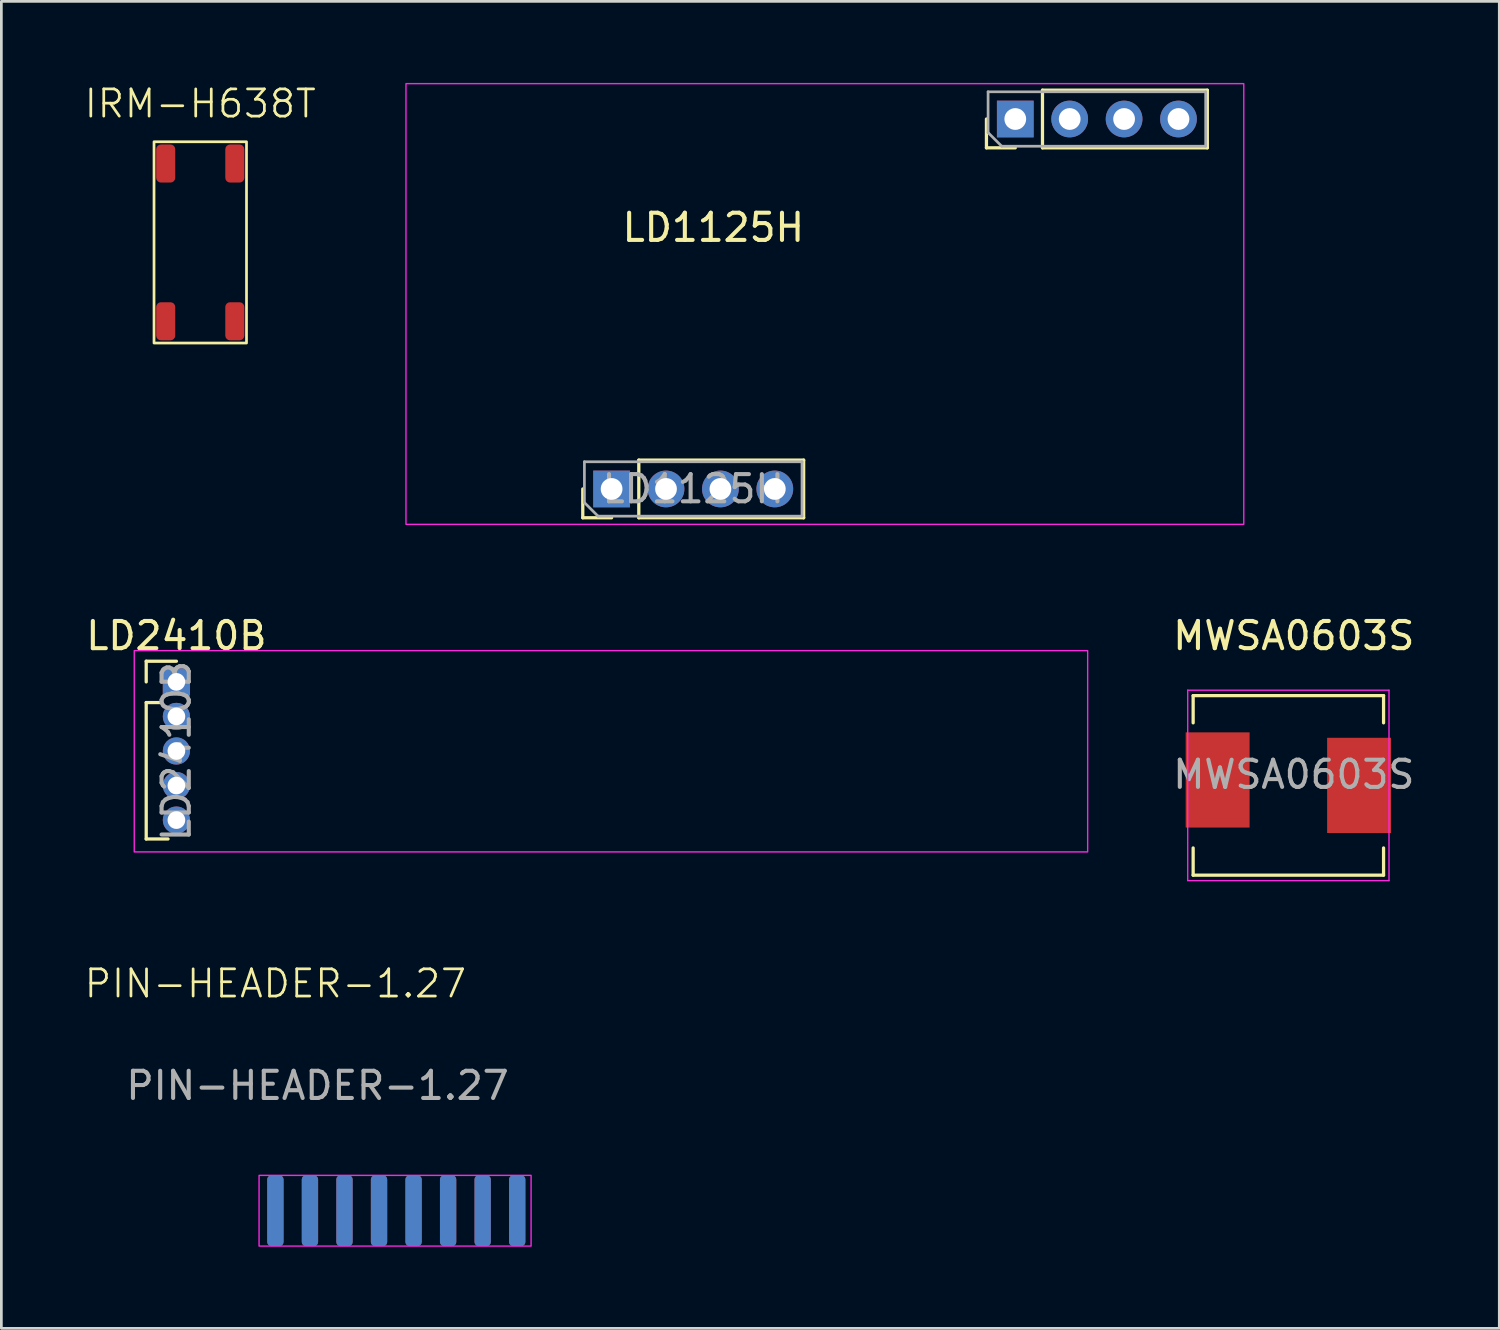
<source format=kicad_pcb>
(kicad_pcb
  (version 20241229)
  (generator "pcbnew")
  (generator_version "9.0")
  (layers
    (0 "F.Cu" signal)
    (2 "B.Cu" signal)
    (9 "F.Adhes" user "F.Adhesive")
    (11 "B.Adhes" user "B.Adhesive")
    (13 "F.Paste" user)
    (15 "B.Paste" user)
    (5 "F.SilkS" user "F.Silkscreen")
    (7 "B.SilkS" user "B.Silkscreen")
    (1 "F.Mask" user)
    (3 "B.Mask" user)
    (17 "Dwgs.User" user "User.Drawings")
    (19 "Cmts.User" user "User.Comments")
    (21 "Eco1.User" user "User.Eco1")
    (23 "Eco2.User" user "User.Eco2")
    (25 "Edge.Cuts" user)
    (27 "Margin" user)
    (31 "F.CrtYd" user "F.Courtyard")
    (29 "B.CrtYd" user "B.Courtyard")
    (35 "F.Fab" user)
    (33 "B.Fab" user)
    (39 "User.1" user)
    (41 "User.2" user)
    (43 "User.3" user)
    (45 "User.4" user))
  (footprint "PIN-HEADER-1.27"
    (layer "F.Cu")
    (at 7.074 41.459)
    (property "Reference" "PIN-HEADER-1.27" (at 0 -8.35 0) (unlocked yes) (layer "F.SilkS") (effects (font (size 1 1) (thickness 0.1))))
    (attr smd)
    (fp_rect (start -0.6 -1.3) (end 9.4 1.3) (stroke (width 0.05) (type default)) (fill no) (layer "F.CrtYd"))
    (fp_text user "${REFERENCE}" (at 1.55 -4.6 0) (unlocked yes) (layer "F.Fab") (effects (font (size 1 1) (thickness 0.15))))
    (pad "1" smd roundrect (at 0 0) (size 0.6 2.6) (layers "F.Cu" "F.Mask" "F.Paste") (roundrect_rratio 0.25))
    (pad "2" smd roundrect (at 1.27 0) (size 0.6 2.6) (layers "F.Cu" "F.Mask" "F.Paste") (roundrect_rratio 0.25))
    (pad "3" smd roundrect (at 2.54 0) (size 0.6 2.6) (layers "F.Cu" "F.Mask" "F.Paste") (roundrect_rratio 0.25))
    (pad "4" smd roundrect (at 3.81 0) (size 0.6 2.6) (layers "F.Cu" "F.Mask" "F.Paste") (roundrect_rratio 0.25))
    (pad "5" smd roundrect (at 5.08 0) (size 0.6 2.6) (layers "F.Cu" "F.Mask" "F.Paste") (roundrect_rratio 0.25))
    (pad "6" smd roundrect (at 6.35 0) (size 0.6 2.6) (layers "F.Cu" "F.Mask" "F.Paste") (roundrect_rratio 0.25))
    (pad "7" smd roundrect (at 7.62 0) (size 0.6 2.6) (layers "F.Cu" "F.Mask" "F.Paste") (roundrect_rratio 0.25))
    (pad "8" smd roundrect (at 8.89 0) (size 0.6 2.6) (layers "F.Cu" "F.Mask" "F.Paste") (roundrect_rratio 0.25))
    (pad "9" smd roundrect (at 8.89 0) (size 0.6 2.6) (layers "B.Cu" "B.Mask" "B.Paste") (roundrect_rratio 0.25))
    (pad "10" smd roundrect (at 7.62 0) (size 0.6 2.6) (layers "B.Cu" "B.Mask" "B.Paste") (roundrect_rratio 0.25))
    (pad "11" smd roundrect (at 6.35 0) (size 0.6 2.6) (layers "B.Cu" "B.Mask" "B.Paste") (roundrect_rratio 0.25))
    (pad "12" smd roundrect (at 5.08 0) (size 0.6 2.6) (layers "B.Cu" "B.Mask" "B.Paste") (roundrect_rratio 0.25))
    (pad "13" smd roundrect (at 3.81 0) (size 0.6 2.6) (layers "B.Cu" "B.Mask" "B.Paste") (roundrect_rratio 0.25))
    (pad "14" smd roundrect (at 2.54 0) (size 0.6 2.6) (layers "B.Cu" "B.Mask" "B.Paste") (roundrect_rratio 0.25))
    (pad "15" smd roundrect (at 1.27 0) (size 0.6 2.6) (layers "B.Cu" "B.Mask" "B.Paste") (roundrect_rratio 0.25))
    (pad "16" smd roundrect (at 0 0) (size 0.6 2.6) (layers "B.Cu" "B.Mask" "B.Paste") (roundrect_rratio 0.25)))
  (footprint "LD2410B"
    (layer "F.Cu")
    (at 3.435 22.018)
    (property "Reference" "LD2410B" (at 0 -1.695 0) (layer "F.SilkS") (effects (font (size 1 1) (thickness 0.15))))
    (attr through_hole)
    (fp_line (start -1.11 -0.76) (end 0 -0.76) (stroke (width 0.12) (type solid)) (layer "F.SilkS"))
    (fp_line (start -1.11 0) (end -1.11 -0.76) (stroke (width 0.12) (type solid)) (layer "F.SilkS"))
    (fp_line (start -1.11 0.76) (end -1.11 5.775) (stroke (width 0.12) (type solid)) (layer "F.SilkS"))
    (fp_line (start -1.11 0.76) (end -0.563 0.76) (stroke (width 0.12) (type solid)) (layer "F.SilkS"))
    (fp_line (start -1.11 5.775) (end -0.308 5.775) (stroke (width 0.12) (type solid)) (layer "F.SilkS"))
    (fp_rect (start -1.55 -1.15) (end 33.5 6.25) (stroke (width 0.05) (type solid)) (fill no) (layer "F.CrtYd"))
    (fp_text user "${REFERENCE}" (at 0 2.54 90) (layer "F.Fab") (effects (font (size 1 1) (thickness 0.15))))
    (pad "1" thru_hole rect (at 0 0) (size 1 1) (drill 0.65) (layers "*.Cu" "*.Mask"))
    (pad "2" thru_hole oval (at 0 1.27) (size 1 1) (drill 0.65) (layers "*.Cu" "*.Mask"))
    (pad "3" thru_hole oval (at 0 2.54) (size 1 1) (drill 0.65) (layers "*.Cu" "*.Mask"))
    (pad "4" thru_hole oval (at 0 3.81) (size 1 1) (drill 0.65) (layers "*.Cu" "*.Mask"))
    (pad "5" thru_hole oval (at 0 5.08) (size 1 1) (drill 0.65) (layers "*.Cu" "*.Mask")))
  (footprint "IRM-H638T"
    (layer "F.Cu")
    (at 4.312 5.861)
    (property "Reference" "IRM-H638T" (at 0 -5.1 0) (unlocked yes) (layer "F.SilkS") (effects (font (size 1 1) (thickness 0.1))))
    (attr smd)
    (fp_rect (start -1.7 -3.7) (end 1.7 3.7) (stroke (width 0.1) (type default)) (fill no) (layer "F.SilkS"))
    (pad "1" smd roundrect (at 1.27 -2.9) (size 0.7 1.4) (layers "F.Cu" "F.Mask" "F.Paste") (roundrect_rratio 0.25))
    (pad "2" smd roundrect (at -1.27 -2.9) (size 0.7 1.4) (layers "F.Cu" "F.Mask" "F.Paste") (roundrect_rratio 0.25))
    (pad "3" smd roundrect (at -1.27 2.9) (size 0.7 1.4) (layers "F.Cu" "F.Mask" "F.Paste") (roundrect_rratio 0.25))
    (pad "4" smd roundrect (at 1.27 2.9) (size 0.7 1.4) (layers "F.Cu" "F.Mask" "F.Paste") (roundrect_rratio 0.25)))
  (footprint "LD1125H"
    (layer "F.Cu")
    (at 11.874 16.225)
    (property "Reference" "LD1125H" (at 11.3 -10.91 0) (layer "F.SilkS") (effects (font (size 1 1) (thickness 0.15))))
    (attr through_hole)
    (fp_line (start 6.5 -0.24) (end 6.5 -1.3) (stroke (width 0.12) (type solid)) (layer "F.SilkS"))
    (fp_line (start 7.56 -0.24) (end 6.5 -0.24) (stroke (width 0.12) (type solid)) (layer "F.SilkS"))
    (fp_line (start 8.56 -2.36) (end 14.62 -2.36) (stroke (width 0.12) (type solid)) (layer "F.SilkS"))
    (fp_line (start 8.56 -0.24) (end 8.56 -2.36) (stroke (width 0.12) (type solid)) (layer "F.SilkS"))
    (fp_line (start 8.56 -0.24) (end 14.62 -0.24) (stroke (width 0.12) (type solid)) (layer "F.SilkS"))
    (fp_line (start 14.62 -0.24) (end 14.62 -2.36) (stroke (width 0.12) (type solid)) (layer "F.SilkS"))
    (fp_line (start 21.34 -13.84) (end 21.34 -14.9) (stroke (width 0.12) (type solid)) (layer "F.SilkS"))
    (fp_line (start 22.4 -13.84) (end 21.34 -13.84) (stroke (width 0.12) (type solid)) (layer "F.SilkS"))
    (fp_line (start 23.4 -15.96) (end 29.46 -15.96) (stroke (width 0.12) (type solid)) (layer "F.SilkS"))
    (fp_line (start 23.4 -13.84) (end 23.4 -15.96) (stroke (width 0.12) (type solid)) (layer "F.SilkS"))
    (fp_line (start 23.4 -13.84) (end 29.46 -13.84) (stroke (width 0.12) (type solid)) (layer "F.SilkS"))
    (fp_line (start 29.46 -13.84) (end 29.46 -15.96) (stroke (width 0.12) (type solid)) (layer "F.SilkS"))
    (fp_rect (start 0 -16.2) (end 30.8 0) (stroke (width 0.05) (type solid)) (fill no) (layer "F.CrtYd"))
    (fp_line (start 6.56 -2.3) (end 14.56 -2.3) (stroke (width 0.1) (type solid)) (layer "F.Fab"))
    (fp_line (start 6.56 -0.8) (end 6.56 -2.3) (stroke (width 0.1) (type solid)) (layer "F.Fab"))
    (fp_line (start 7.06 -0.3) (end 6.56 -0.8) (stroke (width 0.1) (type solid)) (layer "F.Fab"))
    (fp_line (start 14.56 -2.3) (end 14.56 -0.3) (stroke (width 0.1) (type solid)) (layer "F.Fab"))
    (fp_line (start 14.56 -0.3) (end 7.06 -0.3) (stroke (width 0.1) (type solid)) (layer "F.Fab"))
    (fp_line (start 21.4 -15.9) (end 29.4 -15.9) (stroke (width 0.1) (type solid)) (layer "F.Fab"))
    (fp_line (start 21.4 -14.4) (end 21.4 -15.9) (stroke (width 0.1) (type solid)) (layer "F.Fab"))
    (fp_line (start 21.9 -13.9) (end 21.4 -14.4) (stroke (width 0.1) (type solid)) (layer "F.Fab"))
    (fp_line (start 29.4 -15.9) (end 29.4 -13.9) (stroke (width 0.1) (type solid)) (layer "F.Fab"))
    (fp_line (start 29.4 -13.9) (end 21.9 -13.9) (stroke (width 0.1) (type solid)) (layer "F.Fab"))
    (fp_text user "${REFERENCE}" (at 10.56 -1.3 180) (layer "F.Fab") (effects (font (size 1 1) (thickness 0.15))))
    (pad "1" thru_hole rect (at 7.56 -1.3 90) (size 1.35 1.35) (drill 0.8) (layers "*.Cu" "*.Mask"))
    (pad "2" thru_hole oval (at 9.56 -1.3 90) (size 1.35 1.35) (drill 0.8) (layers "*.Cu" "*.Mask"))
    (pad "3" thru_hole oval (at 11.56 -1.3 90) (size 1.35 1.35) (drill 0.8) (layers "*.Cu" "*.Mask"))
    (pad "4" thru_hole oval (at 13.56 -1.3 90) (size 1.35 1.35) (drill 0.8) (layers "*.Cu" "*.Mask"))
    (pad "5" thru_hole oval (at 28.4 -14.9 90) (size 1.35 1.35) (drill 0.8) (layers "*.Cu" "*.Mask"))
    (pad "6" thru_hole oval (at 26.4 -14.9 90) (size 1.35 1.35) (drill 0.8) (layers "*.Cu" "*.Mask"))
    (pad "7" thru_hole oval (at 24.4 -14.9 90) (size 1.35 1.35) (drill 0.8) (layers "*.Cu" "*.Mask"))
    (pad "8" thru_hole rect (at 22.4 -14.9 90) (size 1.35 1.35) (drill 0.8) (layers "*.Cu" "*.Mask")))
  (footprint "MWSA0603S"
    (layer "F.Cu")
    (at 44.513 25.423)
    (property "Reference" "MWSA0603S" (at 0 -5.1 0) (layer "F.SilkS") (effects (font (size 1 1) (thickness 0.15))))
    (attr smd)
    (fp_line (start -3.7 -2.9) (end 3.3 -2.9) (stroke (width 0.12) (type solid)) (layer "F.SilkS"))
    (fp_line (start -3.7 -1.9) (end -3.7 -2.9) (stroke (width 0.12) (type solid)) (layer "F.SilkS"))
    (fp_line (start -3.7 3.7) (end -3.7 2.7) (stroke (width 0.12) (type solid)) (layer "F.SilkS"))
    (fp_line (start 3.3 -2.9) (end 3.3 -1.9) (stroke (width 0.12) (type solid)) (layer "F.SilkS"))
    (fp_line (start 3.3 2.7) (end 3.3 3.7) (stroke (width 0.12) (type solid)) (layer "F.SilkS"))
    (fp_line (start 3.3 3.7) (end -3.7 3.7) (stroke (width 0.12) (type solid)) (layer "F.SilkS"))
    (fp_line (start -3.9 -3.1) (end -3.9 3.9) (stroke (width 0.05) (type solid)) (layer "F.CrtYd"))
    (fp_line (start -3.9 3.9) (end 3.5 3.9) (stroke (width 0.05) (type solid)) (layer "F.CrtYd"))
    (fp_line (start 3.5 -3.1) (end -3.9 -3.1) (stroke (width 0.05) (type solid)) (layer "F.CrtYd"))
    (fp_line (start 3.5 3.9) (end 3.5 -3.1) (stroke (width 0.05) (type solid)) (layer "F.CrtYd"))
    (fp_text user "${REFERENCE}" (at 0 0 0) (layer "F.Fab") (effects (font (size 1 1) (thickness 0.15))))
    (pad "1" smd rect (at -2.8 0.2) (size 2.35 3.5) (layers "F.Cu" "F.Mask" "F.Paste"))
    (pad "2" smd rect (at 2.4 0.4) (size 2.35 3.5) (layers "F.Cu" "F.Mask" "F.Paste")))
  (gr_rect
    (start -3 -3)
    (end 52.067 45.784)
    (stroke (width 0.1) (type default))
    (fill no)
    (layer "Edge.Cuts")))
</source>
